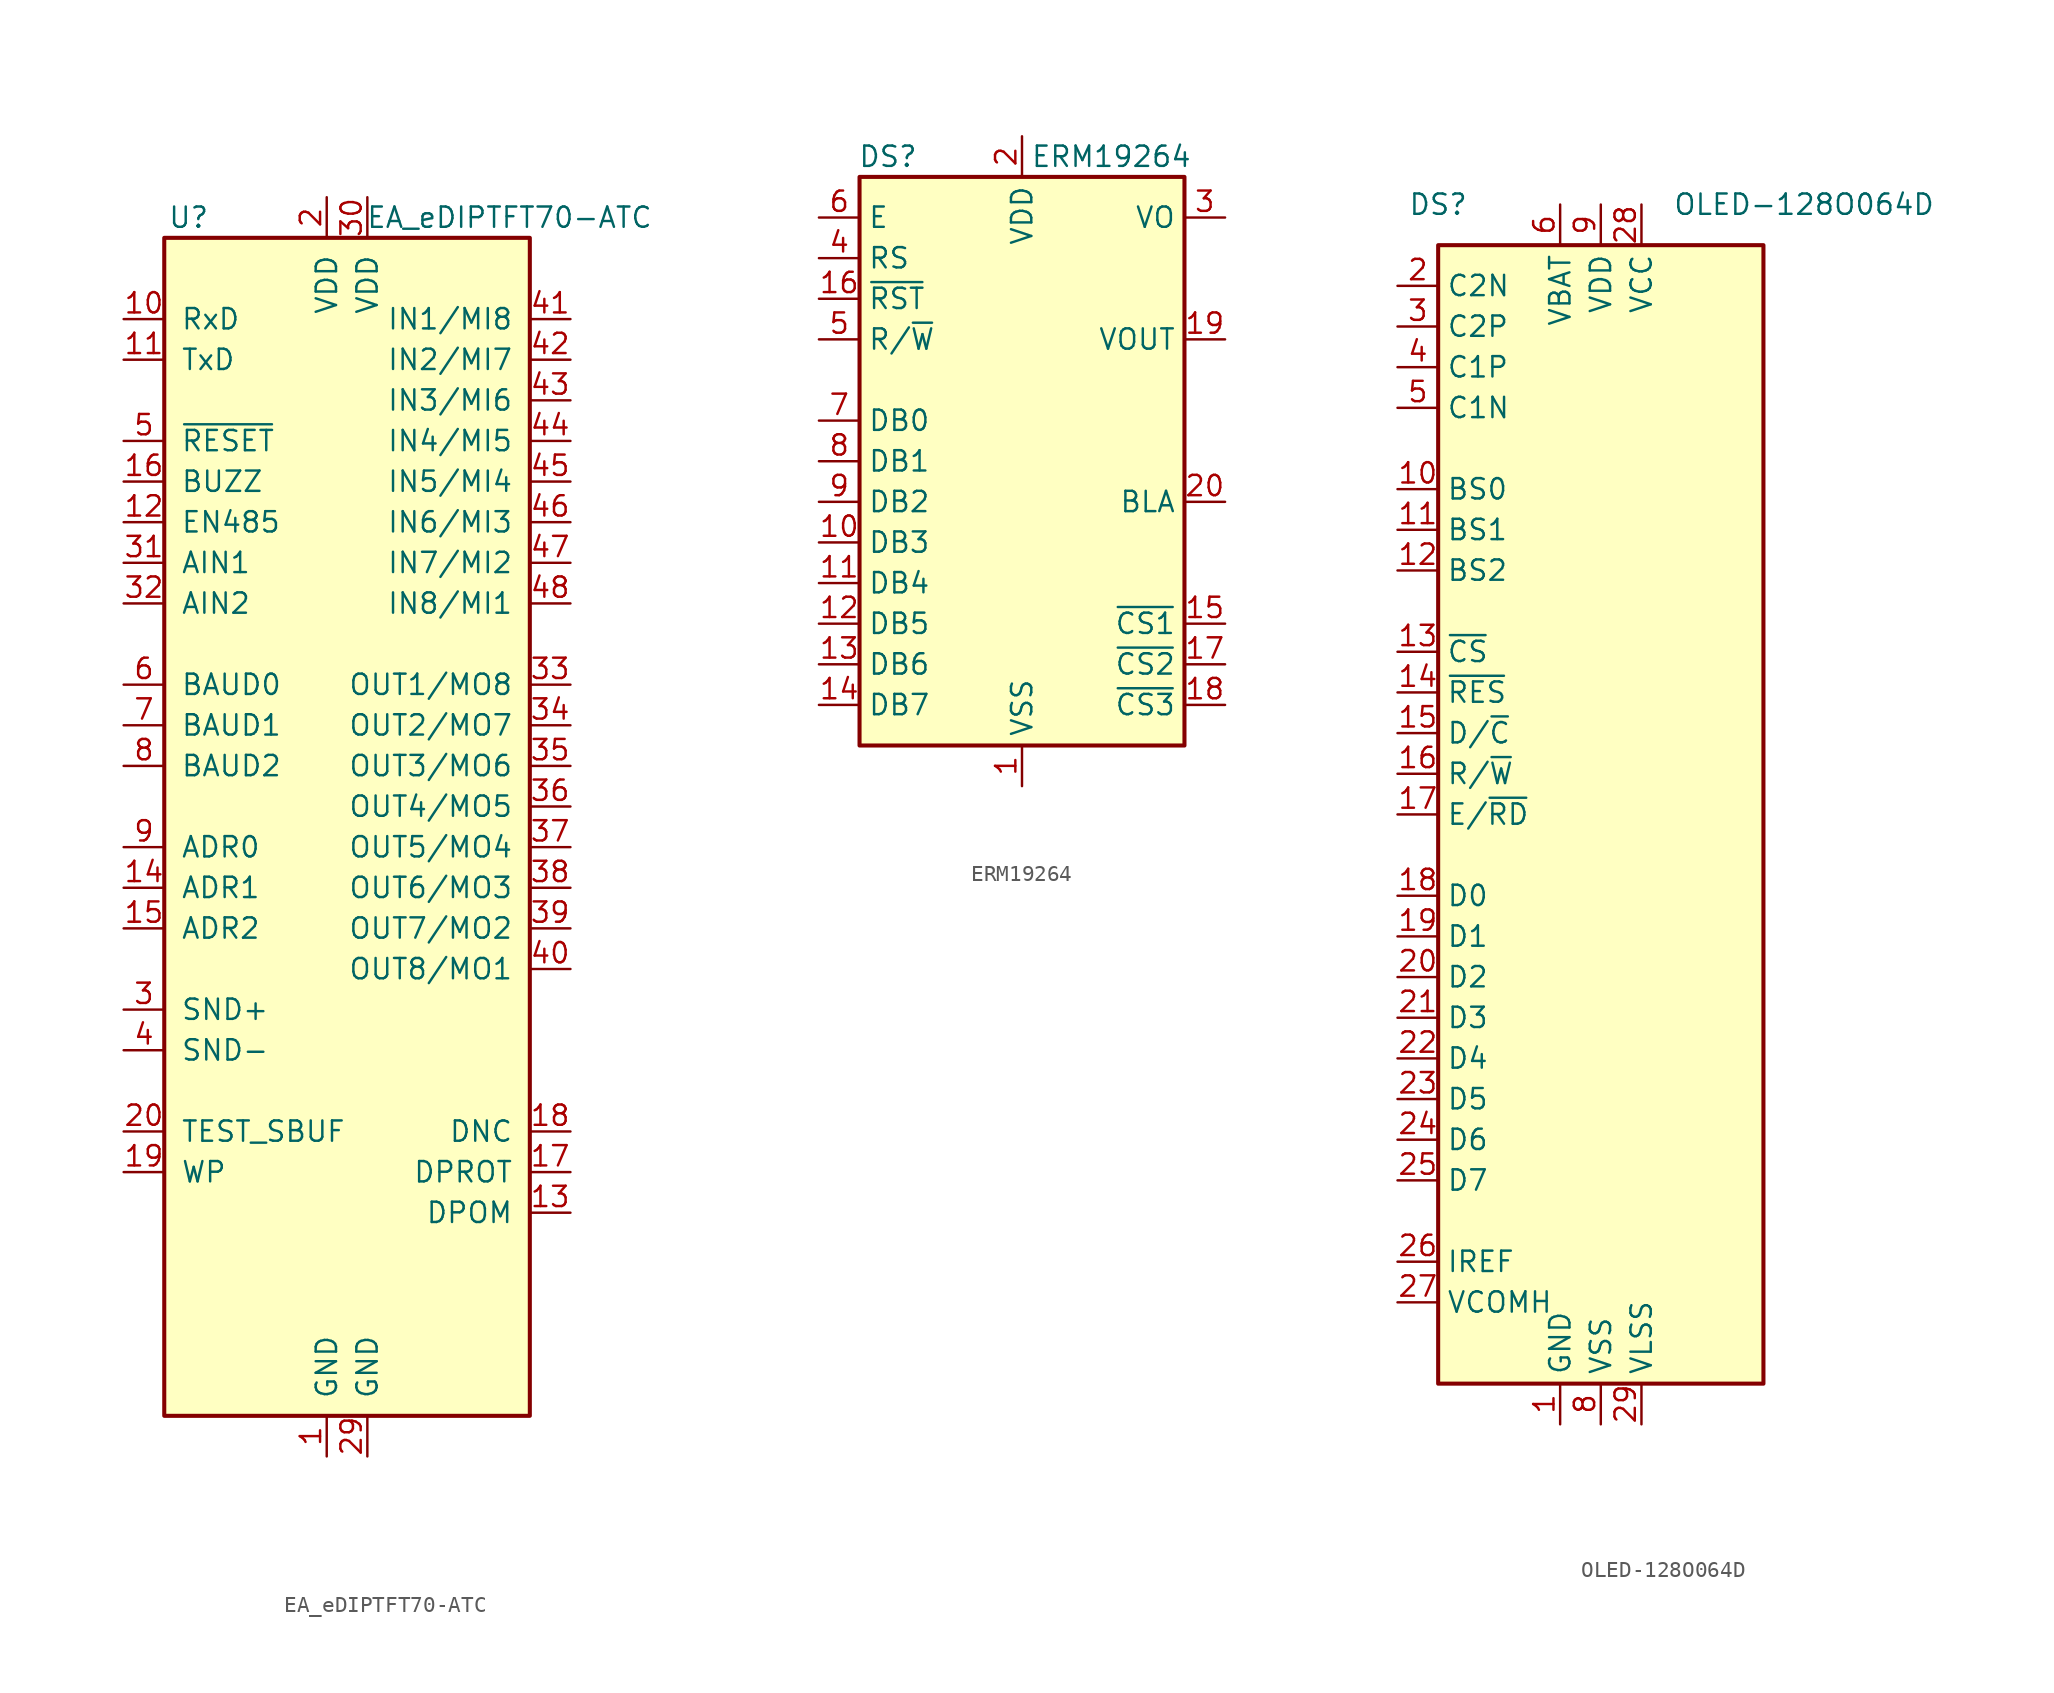
<source format=kicad_sym>
(kicad_symbol_lib
  (version 20211014)
  (generator kicad_symbol_editor)
  (symbol "EA_eDIPTFT70-ATC"
    (pin_names
      (offset 1.016))
    (property "Reference" "U"
      (at -8.636 36.83 0)
      (effects (font (size 1.27 1.27))))
    (property "Value" "EA_eDIPTFT70-ATC"
      (at 11.43 36.83 0)
      (effects (font (size 1.27 1.27))))
    (symbol "EA_eDIPTFT70-ATC_0_1"
      (rectangle (start -10.16 35.56) (end 12.7 -38.1) (stroke (width 0.254) (type default) (color 0 0 0 0)) (fill (type background))))
    (symbol "EA_eDIPTFT70-ATC_1_1"
      (pin power_in line (at 0 -40.64 90) (length 2.54) (name "GND" (effects (font (size 1.27 1.27)))) (number "1" (effects (font (size 1.27 1.27)))))
      (pin input line (at -12.7 30.48 0) (length 2.54) (name "RxD" (effects (font (size 1.27 1.27)))) (number "10" (effects (font (size 1.27 1.27)))))
      (pin output line (at -12.7 27.94 0) (length 2.54) (name "TxD" (effects (font (size 1.27 1.27)))) (number "11" (effects (font (size 1.27 1.27)))))
      (pin output line (at -12.7 17.78 0) (length 2.54) (name "EN485" (effects (font (size 1.27 1.27)))) (number "12" (effects (font (size 1.27 1.27)))))
      (pin input line (at 15.24 -25.4 180) (length 2.54) (name "DPOM" (effects (font (size 1.27 1.27)))) (number "13" (effects (font (size 1.27 1.27)))))
      (pin input line (at -12.7 -5.08 0) (length 2.54) (name "ADR1" (effects (font (size 1.27 1.27)))) (number "14" (effects (font (size 1.27 1.27)))))
      (pin input line (at -12.7 -7.62 0) (length 2.54) (name "ADR2" (effects (font (size 1.27 1.27)))) (number "15" (effects (font (size 1.27 1.27)))))
      (pin output line (at -12.7 20.32 0) (length 2.54) (name "BUZZ" (effects (font (size 1.27 1.27)))) (number "16" (effects (font (size 1.27 1.27)))))
      (pin input line (at 15.24 -22.86 180) (length 2.54) (name "DPROT" (effects (font (size 1.27 1.27)))) (number "17" (effects (font (size 1.27 1.27)))))
      (pin output line (at 15.24 -20.32 180) (length 2.54) (name "DNC" (effects (font (size 1.27 1.27)))) (number "18" (effects (font (size 1.27 1.27)))))
      (pin input line (at -12.7 -22.86 0) (length 2.54) (name "WP" (effects (font (size 1.27 1.27)))) (number "19" (effects (font (size 1.27 1.27)))))
      (pin power_in line (at 0 38.1 270) (length 2.54) (name "VDD" (effects (font (size 1.27 1.27)))) (number "2" (effects (font (size 1.27 1.27)))))
      (pin bidirectional line (at -12.7 -20.32 0) (length 2.54) (name "TEST_SBUF" (effects (font (size 1.27 1.27)))) (number "20" (effects (font (size 1.27 1.27)))))
      (pin no_connect line (at -10.16 -27.94 0) (length 2.54) hide (name "NC" (effects (font (size 1.27 1.27)))) (number "21" (effects (font (size 1.27 1.27)))))
      (pin no_connect line (at -10.16 -30.48 0) (length 2.54) hide (name "NC" (effects (font (size 1.27 1.27)))) (number "22" (effects (font (size 1.27 1.27)))))
      (pin no_connect line (at -10.16 -33.02 0) (length 2.54) hide (name "NC" (effects (font (size 1.27 1.27)))) (number "23" (effects (font (size 1.27 1.27)))))
      (pin no_connect line (at -10.16 -35.56 0) (length 2.54) hide (name "NC" (effects (font (size 1.27 1.27)))) (number "24" (effects (font (size 1.27 1.27)))))
      (pin no_connect line (at 12.7 -35.56 180) (length 2.54) hide (name "NC" (effects (font (size 1.27 1.27)))) (number "25" (effects (font (size 1.27 1.27)))))
      (pin no_connect line (at 12.7 -33.02 180) (length 2.54) hide (name "NC" (effects (font (size 1.27 1.27)))) (number "26" (effects (font (size 1.27 1.27)))))
      (pin no_connect line (at 12.7 -30.48 180) (length 2.54) hide (name "NC" (effects (font (size 1.27 1.27)))) (number "27" (effects (font (size 1.27 1.27)))))
      (pin no_connect line (at 12.7 -27.94 180) (length 2.54) hide (name "NC" (effects (font (size 1.27 1.27)))) (number "28" (effects (font (size 1.27 1.27)))))
      (pin power_in line (at 2.54 -40.64 90) (length 2.54) (name "GND" (effects (font (size 1.27 1.27)))) (number "29" (effects (font (size 1.27 1.27)))))
      (pin output line (at -12.7 -12.7 0) (length 2.54) (name "SND+" (effects (font (size 1.27 1.27)))) (number "3" (effects (font (size 1.27 1.27)))))
      (pin power_in line (at 2.54 38.1 270) (length 2.54) (name "VDD" (effects (font (size 1.27 1.27)))) (number "30" (effects (font (size 1.27 1.27)))))
      (pin input line (at -12.7 15.24 0) (length 2.54) (name "AIN1" (effects (font (size 1.27 1.27)))) (number "31" (effects (font (size 1.27 1.27)))))
      (pin input line (at -12.7 12.7 0) (length 2.54) (name "AIN2" (effects (font (size 1.27 1.27)))) (number "32" (effects (font (size 1.27 1.27)))))
      (pin output line (at 15.24 7.62 180) (length 2.54) (name "OUT1/MO8" (effects (font (size 1.27 1.27)))) (number "33" (effects (font (size 1.27 1.27)))))
      (pin output line (at 15.24 5.08 180) (length 2.54) (name "OUT2/MO7" (effects (font (size 1.27 1.27)))) (number "34" (effects (font (size 1.27 1.27)))))
      (pin output line (at 15.24 2.54 180) (length 2.54) (name "OUT3/MO6" (effects (font (size 1.27 1.27)))) (number "35" (effects (font (size 1.27 1.27)))))
      (pin output line (at 15.24 0 180) (length 2.54) (name "OUT4/MO5" (effects (font (size 1.27 1.27)))) (number "36" (effects (font (size 1.27 1.27)))))
      (pin output line (at 15.24 -2.54 180) (length 2.54) (name "OUT5/MO4" (effects (font (size 1.27 1.27)))) (number "37" (effects (font (size 1.27 1.27)))))
      (pin output line (at 15.24 -5.08 180) (length 2.54) (name "OUT6/MO3" (effects (font (size 1.27 1.27)))) (number "38" (effects (font (size 1.27 1.27)))))
      (pin output line (at 15.24 -7.62 180) (length 2.54) (name "OUT7/MO2" (effects (font (size 1.27 1.27)))) (number "39" (effects (font (size 1.27 1.27)))))
      (pin input line (at -12.7 -15.24 0) (length 2.54) (name "SND-" (effects (font (size 1.27 1.27)))) (number "4" (effects (font (size 1.27 1.27)))))
      (pin output line (at 15.24 -10.16 180) (length 2.54) (name "OUT8/MO1" (effects (font (size 1.27 1.27)))) (number "40" (effects (font (size 1.27 1.27)))))
      (pin input line (at 15.24 30.48 180) (length 2.54) (name "IN1/MI8" (effects (font (size 1.27 1.27)))) (number "41" (effects (font (size 1.27 1.27)))))
      (pin input line (at 15.24 27.94 180) (length 2.54) (name "IN2/MI7" (effects (font (size 1.27 1.27)))) (number "42" (effects (font (size 1.27 1.27)))))
      (pin input line (at 15.24 25.4 180) (length 2.54) (name "IN3/MI6" (effects (font (size 1.27 1.27)))) (number "43" (effects (font (size 1.27 1.27)))))
      (pin input line (at 15.24 22.86 180) (length 2.54) (name "IN4/MI5" (effects (font (size 1.27 1.27)))) (number "44" (effects (font (size 1.27 1.27)))))
      (pin input line (at 15.24 20.32 180) (length 2.54) (name "IN5/MI4" (effects (font (size 1.27 1.27)))) (number "45" (effects (font (size 1.27 1.27)))))
      (pin input line (at 15.24 17.78 180) (length 2.54) (name "IN6/MI3" (effects (font (size 1.27 1.27)))) (number "46" (effects (font (size 1.27 1.27)))))
      (pin input line (at 15.24 15.24 180) (length 2.54) (name "IN7/MI2" (effects (font (size 1.27 1.27)))) (number "47" (effects (font (size 1.27 1.27)))))
      (pin input line (at 15.24 12.7 180) (length 2.54) (name "IN8/MI1" (effects (font (size 1.27 1.27)))) (number "48" (effects (font (size 1.27 1.27)))))
      (pin input line (at -12.7 22.86 0) (length 2.54) (name "~{RESET}" (effects (font (size 1.27 1.27)))) (number "5" (effects (font (size 1.27 1.27)))))
      (pin input line (at -12.7 7.62 0) (length 2.54) (name "BAUD0" (effects (font (size 1.27 1.27)))) (number "6" (effects (font (size 1.27 1.27)))))
      (pin input line (at -12.7 5.08 0) (length 2.54) (name "BAUD1" (effects (font (size 1.27 1.27)))) (number "7" (effects (font (size 1.27 1.27)))))
      (pin input line (at -12.7 2.54 0) (length 2.54) (name "BAUD2" (effects (font (size 1.27 1.27)))) (number "8" (effects (font (size 1.27 1.27)))))
      (pin input line (at -12.7 -2.54 0) (length 2.54) (name "ADR0" (effects (font (size 1.27 1.27)))) (number "9" (effects (font (size 1.27 1.27)))))))
  (symbol "ERM19264"
    (property "Reference" "DS"
      (at -8.382 19.05 0)
      (effects (font (size 1.27 1.27))))
    (property "Value" "ERM19264"
      (at 5.588 19.05 0)
      (effects (font (size 1.27 1.27))))
    (symbol "ERM19264_0_0"
      (pin input line (at 12.7 -15.24 180) (length 2.54) (name "~{CS3}" (effects (font (size 1.27 1.27)))) (number "18" (effects (font (size 1.27 1.27))))))
    (symbol "ERM19264_0_1"
      (rectangle (start -10.16 17.78) (end 10.16 -17.78) (stroke (width 0.254) (type default) (color 0 0 0 0)) (fill (type background))))
    (symbol "ERM19264_1_1"
      (pin power_in line (at 0 -20.32 90) (length 2.54) (name "VSS" (effects (font (size 1.27 1.27)))) (number "1" (effects (font (size 1.27 1.27)))))
      (pin bidirectional line (at -12.7 -5.08 0) (length 2.54) (name "DB3" (effects (font (size 1.27 1.27)))) (number "10" (effects (font (size 1.27 1.27)))))
      (pin bidirectional line (at -12.7 -7.62 0) (length 2.54) (name "DB4" (effects (font (size 1.27 1.27)))) (number "11" (effects (font (size 1.27 1.27)))))
      (pin bidirectional line (at -12.7 -10.16 0) (length 2.54) (name "DB5" (effects (font (size 1.27 1.27)))) (number "12" (effects (font (size 1.27 1.27)))))
      (pin bidirectional line (at -12.7 -12.7 0) (length 2.54) (name "DB6" (effects (font (size 1.27 1.27)))) (number "13" (effects (font (size 1.27 1.27)))))
      (pin bidirectional line (at -12.7 -15.24 0) (length 2.54) (name "DB7" (effects (font (size 1.27 1.27)))) (number "14" (effects (font (size 1.27 1.27)))))
      (pin input line (at 12.7 -10.16 180) (length 2.54) (name "~{CS1}" (effects (font (size 1.27 1.27)))) (number "15" (effects (font (size 1.27 1.27)))))
      (pin input line (at -12.7 10.16 0) (length 2.54) (name "~{RST}" (effects (font (size 1.27 1.27)))) (number "16" (effects (font (size 1.27 1.27)))))
      (pin input line (at 12.7 -12.7 180) (length 2.54) (name "~{CS2}" (effects (font (size 1.27 1.27)))) (number "17" (effects (font (size 1.27 1.27)))))
      (pin passive line (at 12.7 7.62 180) (length 2.54) (name "VOUT" (effects (font (size 1.27 1.27)))) (number "19" (effects (font (size 1.27 1.27)))))
      (pin power_in line (at 0 20.32 270) (length 2.54) (name "VDD" (effects (font (size 1.27 1.27)))) (number "2" (effects (font (size 1.27 1.27)))))
      (pin passive line (at 12.7 -2.54 180) (length 2.54) (name "BLA" (effects (font (size 1.27 1.27)))) (number "20" (effects (font (size 1.27 1.27)))))
      (pin passive line (at 12.7 15.24 180) (length 2.54) (name "VO" (effects (font (size 1.27 1.27)))) (number "3" (effects (font (size 1.27 1.27)))))
      (pin input line (at -12.7 12.7 0) (length 2.54) (name "RS" (effects (font (size 1.27 1.27)))) (number "4" (effects (font (size 1.27 1.27)))))
      (pin input line (at -12.7 7.62 0) (length 2.54) (name "R/~{W}" (effects (font (size 1.27 1.27)))) (number "5" (effects (font (size 1.27 1.27)))))
      (pin input line (at -12.7 15.24 0) (length 2.54) (name "E" (effects (font (size 1.27 1.27)))) (number "6" (effects (font (size 1.27 1.27)))))
      (pin bidirectional line (at -12.7 2.54 0) (length 2.54) (name "DB0" (effects (font (size 1.27 1.27)))) (number "7" (effects (font (size 1.27 1.27)))))
      (pin bidirectional line (at -12.7 0 0) (length 2.54) (name "DB1" (effects (font (size 1.27 1.27)))) (number "8" (effects (font (size 1.27 1.27)))))
      (pin bidirectional line (at -12.7 -2.54 0) (length 2.54) (name "DB2" (effects (font (size 1.27 1.27)))) (number "9" (effects (font (size 1.27 1.27)))))))
  (symbol "OLED-128O064D"
    (property "Reference" "DS"
      (at -10.16 38.1 0)
      (effects (font (size 1.27 1.27))))
    (property "Value" "OLED-128O064D"
      (at 12.7 38.1 0)
      (effects (font (size 1.27 1.27))))
    (symbol "OLED-128O064D_0_1"
      (rectangle (start -10.16 35.56) (end 10.16 -35.56) (stroke (width 0.254) (type default) (color 0 0 0 0)) (fill (type background))))
    (symbol "OLED-128O064D_1_1"
      (pin power_in line (at -2.54 -38.1 90) (length 2.54) (name "GND" (effects (font (size 1.27 1.27)))) (number "1" (effects (font (size 1.27 1.27)))))
      (pin input line (at -12.7 20.32 0) (length 2.54) (name "BS0" (effects (font (size 1.27 1.27)))) (number "10" (effects (font (size 1.27 1.27)))))
      (pin input line (at -12.7 17.78 0) (length 2.54) (name "BS1" (effects (font (size 1.27 1.27)))) (number "11" (effects (font (size 1.27 1.27)))))
      (pin input line (at -12.7 15.24 0) (length 2.54) (name "BS2" (effects (font (size 1.27 1.27)))) (number "12" (effects (font (size 1.27 1.27)))))
      (pin input line (at -12.7 10.16 0) (length 2.54) (name "~{CS}" (effects (font (size 1.27 1.27)))) (number "13" (effects (font (size 1.27 1.27)))))
      (pin input line (at -12.7 7.62 0) (length 2.54) (name "~{RES}" (effects (font (size 1.27 1.27)))) (number "14" (effects (font (size 1.27 1.27)))))
      (pin input line (at -12.7 5.08 0) (length 2.54) (name "D/~{C}" (effects (font (size 1.27 1.27)))) (number "15" (effects (font (size 1.27 1.27)))))
      (pin input line (at -12.7 2.54 0) (length 2.54) (name "R/~{W}" (effects (font (size 1.27 1.27)))) (number "16" (effects (font (size 1.27 1.27)))))
      (pin input line (at -12.7 0 0) (length 2.54) (name "E/~{RD}" (effects (font (size 1.27 1.27)))) (number "17" (effects (font (size 1.27 1.27)))))
      (pin bidirectional line (at -12.7 -5.08 0) (length 2.54) (name "D0" (effects (font (size 1.27 1.27)))) (number "18" (effects (font (size 1.27 1.27)))))
      (pin bidirectional line (at -12.7 -7.62 0) (length 2.54) (name "D1" (effects (font (size 1.27 1.27)))) (number "19" (effects (font (size 1.27 1.27)))))
      (pin passive line (at -12.7 33.02 0) (length 2.54) (name "C2N" (effects (font (size 1.27 1.27)))) (number "2" (effects (font (size 1.27 1.27)))))
      (pin bidirectional line (at -12.7 -10.16 0) (length 2.54) (name "D2" (effects (font (size 1.27 1.27)))) (number "20" (effects (font (size 1.27 1.27)))))
      (pin bidirectional line (at -12.7 -12.7 0) (length 2.54) (name "D3" (effects (font (size 1.27 1.27)))) (number "21" (effects (font (size 1.27 1.27)))))
      (pin bidirectional line (at -12.7 -15.24 0) (length 2.54) (name "D4" (effects (font (size 1.27 1.27)))) (number "22" (effects (font (size 1.27 1.27)))))
      (pin bidirectional line (at -12.7 -17.78 0) (length 2.54) (name "D5" (effects (font (size 1.27 1.27)))) (number "23" (effects (font (size 1.27 1.27)))))
      (pin bidirectional line (at -12.7 -20.32 0) (length 2.54) (name "D6" (effects (font (size 1.27 1.27)))) (number "24" (effects (font (size 1.27 1.27)))))
      (pin bidirectional line (at -12.7 -22.86 0) (length 2.54) (name "D7" (effects (font (size 1.27 1.27)))) (number "25" (effects (font (size 1.27 1.27)))))
      (pin passive line (at -12.7 -27.94 0) (length 2.54) (name "IREF" (effects (font (size 1.27 1.27)))) (number "26" (effects (font (size 1.27 1.27)))))
      (pin passive line (at -12.7 -30.48 0) (length 2.54) (name "VCOMH" (effects (font (size 1.27 1.27)))) (number "27" (effects (font (size 1.27 1.27)))))
      (pin power_in line (at 2.54 38.1 270) (length 2.54) (name "VCC" (effects (font (size 1.27 1.27)))) (number "28" (effects (font (size 1.27 1.27)))))
      (pin power_in line (at 2.54 -38.1 90) (length 2.54) (name "VLSS" (effects (font (size 1.27 1.27)))) (number "29" (effects (font (size 1.27 1.27)))))
      (pin passive line (at -12.7 30.48 0) (length 2.54) (name "C2P" (effects (font (size 1.27 1.27)))) (number "3" (effects (font (size 1.27 1.27)))))
      (pin passive line (at -2.54 -38.1 90) (length 2.54) hide (name "GND" (effects (font (size 1.27 1.27)))) (number "30" (effects (font (size 1.27 1.27)))))
      (pin passive line (at -12.7 27.94 0) (length 2.54) (name "C1P" (effects (font (size 1.27 1.27)))) (number "4" (effects (font (size 1.27 1.27)))))
      (pin passive line (at -12.7 25.4 0) (length 2.54) (name "C1N" (effects (font (size 1.27 1.27)))) (number "5" (effects (font (size 1.27 1.27)))))
      (pin power_in line (at -2.54 38.1 270) (length 2.54) (name "VBAT" (effects (font (size 1.27 1.27)))) (number "6" (effects (font (size 1.27 1.27)))))
      (pin no_connect line (at 10.16 0 180) (length 2.54) hide (name "NC" (effects (font (size 1.27 1.27)))) (number "7" (effects (font (size 1.27 1.27)))))
      (pin power_in line (at 0 -38.1 90) (length 2.54) (name "VSS" (effects (font (size 1.27 1.27)))) (number "8" (effects (font (size 1.27 1.27)))))
      (pin power_in line (at 0 38.1 270) (length 2.54) (name "VDD" (effects (font (size 1.27 1.27)))) (number "9" (effects (font (size 1.27 1.27))))))))
</source>
